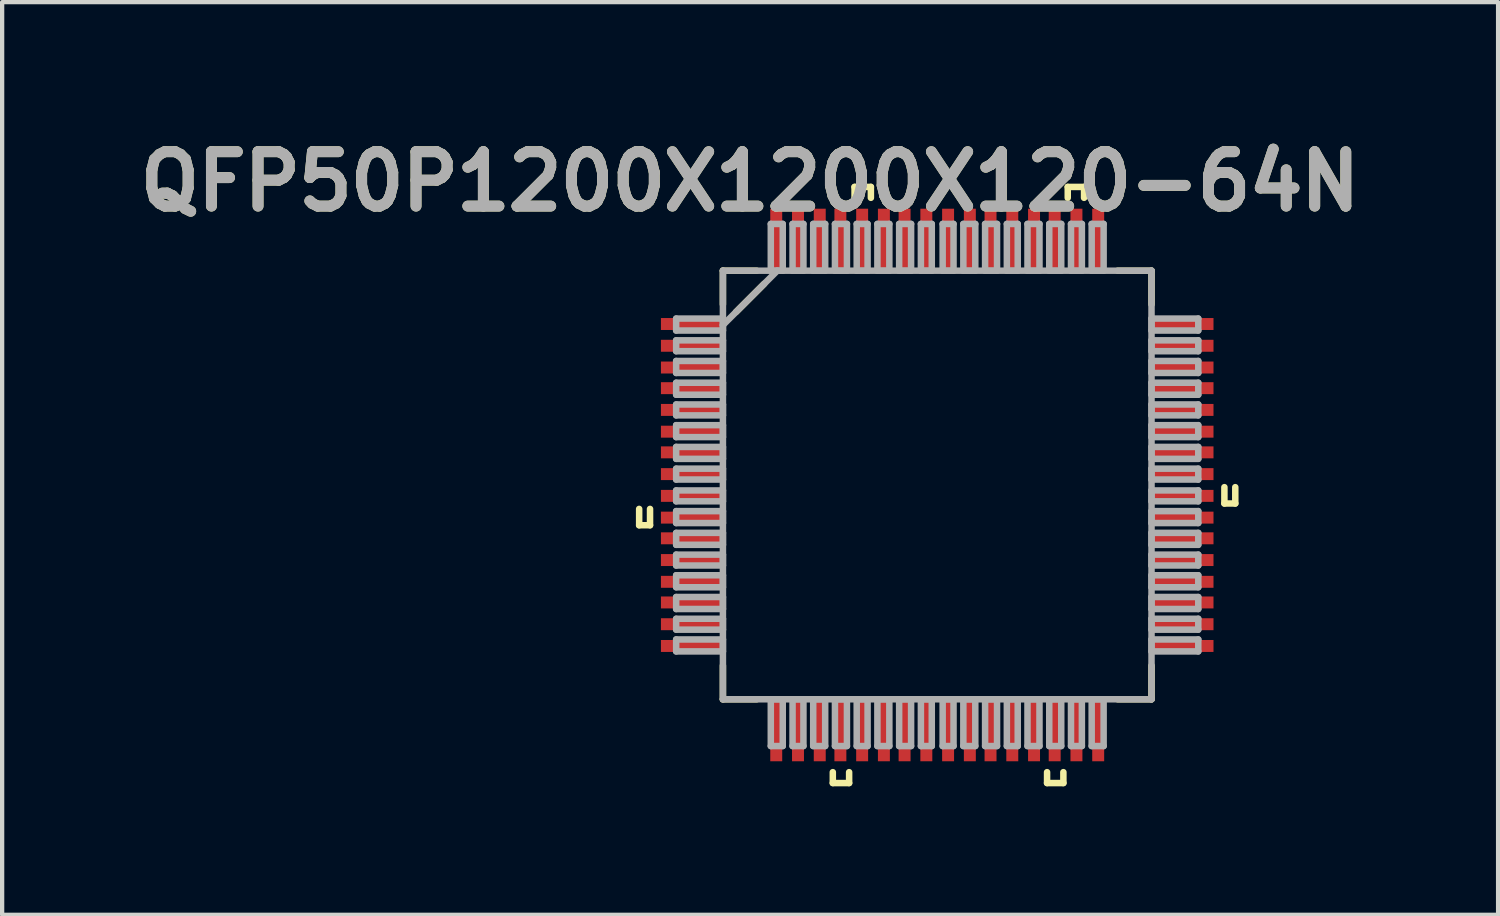
<source format=kicad_pcb>
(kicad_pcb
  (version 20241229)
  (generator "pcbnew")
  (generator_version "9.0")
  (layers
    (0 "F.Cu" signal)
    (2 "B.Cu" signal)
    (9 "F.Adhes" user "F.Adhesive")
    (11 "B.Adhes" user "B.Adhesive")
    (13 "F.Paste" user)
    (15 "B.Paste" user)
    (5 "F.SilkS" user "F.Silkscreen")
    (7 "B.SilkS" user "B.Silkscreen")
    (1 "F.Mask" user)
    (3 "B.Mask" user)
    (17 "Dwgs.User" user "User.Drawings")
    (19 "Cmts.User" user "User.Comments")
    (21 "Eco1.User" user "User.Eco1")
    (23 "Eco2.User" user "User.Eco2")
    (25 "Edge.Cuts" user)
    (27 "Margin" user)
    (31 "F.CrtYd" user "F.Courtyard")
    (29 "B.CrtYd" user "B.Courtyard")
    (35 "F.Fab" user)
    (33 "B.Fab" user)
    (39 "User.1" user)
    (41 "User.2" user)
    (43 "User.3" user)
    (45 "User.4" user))
  (footprint "QFP50P1200X1200X120-64N"
    (layer "F.Cu")
    (at 18.835 8.275)
    (property "Reference" "QFP50P1200X1200X120-64N" (at -4.369 -7.087 0) (layer "F.SilkS") (effects (font (size 1.27 1.27) (thickness 0.254))))
    (attr smd)
    (fp_line (start -6.96 0.559) (end -6.96 0.94) (stroke (width 0.152) (type solid)) (layer "F.SilkS"))
    (fp_line (start -6.96 0.94) (end -6.706 0.94) (stroke (width 0.152) (type solid)) (layer "F.SilkS"))
    (fp_line (start -6.706 0.94) (end -6.706 0.559) (stroke (width 0.152) (type solid)) (layer "F.SilkS"))
    (fp_line (start -5.004 -5.004) (end -5.004 -4.216) (stroke (width 0.152) (type solid)) (layer "F.SilkS"))
    (fp_line (start -5.004 4.216) (end -5.004 5.004) (stroke (width 0.152) (type solid)) (layer "F.SilkS"))
    (fp_line (start -5.004 5.004) (end -4.216 5.004) (stroke (width 0.152) (type solid)) (layer "F.SilkS"))
    (fp_line (start -4.699 -4.039) (end -4.039 -4.699) (stroke (width 0.152) (type solid)) (layer "F.SilkS"))
    (fp_line (start -4.216 -5.004) (end -5.004 -5.004) (stroke (width 0.152) (type solid)) (layer "F.SilkS"))
    (fp_line (start -2.438 6.706) (end -2.438 6.96) (stroke (width 0.152) (type solid)) (layer "F.SilkS"))
    (fp_line (start -2.438 6.96) (end -2.057 6.96) (stroke (width 0.152) (type solid)) (layer "F.SilkS"))
    (fp_line (start -2.057 6.96) (end -2.057 6.706) (stroke (width 0.152) (type solid)) (layer "F.SilkS"))
    (fp_line (start -1.93 -6.96) (end -1.549 -6.96) (stroke (width 0.152) (type solid)) (layer "F.SilkS"))
    (fp_line (start -1.93 -6.706) (end -1.93 -6.96) (stroke (width 0.152) (type solid)) (layer "F.SilkS"))
    (fp_line (start -1.549 -6.96) (end -1.549 -6.706) (stroke (width 0.152) (type solid)) (layer "F.SilkS"))
    (fp_line (start 2.565 6.706) (end 2.565 6.96) (stroke (width 0.152) (type solid)) (layer "F.SilkS"))
    (fp_line (start 2.565 6.96) (end 2.946 6.96) (stroke (width 0.152) (type solid)) (layer "F.SilkS"))
    (fp_line (start 2.946 6.96) (end 2.946 6.706) (stroke (width 0.152) (type solid)) (layer "F.SilkS"))
    (fp_line (start 3.048 -6.96) (end 3.429 -6.96) (stroke (width 0.152) (type solid)) (layer "F.SilkS"))
    (fp_line (start 3.048 -6.706) (end 3.048 -6.96) (stroke (width 0.152) (type solid)) (layer "F.SilkS"))
    (fp_line (start 3.429 -6.96) (end 3.429 -6.706) (stroke (width 0.152) (type solid)) (layer "F.SilkS"))
    (fp_line (start 4.216 5.004) (end 5.004 5.004) (stroke (width 0.152) (type solid)) (layer "F.SilkS"))
    (fp_line (start 5.004 -5.004) (end 4.216 -5.004) (stroke (width 0.152) (type solid)) (layer "F.SilkS"))
    (fp_line (start 5.004 -4.216) (end 5.004 -5.004) (stroke (width 0.152) (type solid)) (layer "F.SilkS"))
    (fp_line (start 5.004 5.004) (end 5.004 4.216) (stroke (width 0.152) (type solid)) (layer "F.SilkS"))
    (fp_line (start 6.706 0.432) (end 6.706 0.051) (stroke (width 0.152) (type solid)) (layer "F.SilkS"))
    (fp_line (start 6.96 0.051) (end 6.96 0.432) (stroke (width 0.152) (type solid)) (layer "F.SilkS"))
    (fp_line (start 6.96 0.432) (end 6.706 0.432) (stroke (width 0.152) (type solid)) (layer "F.SilkS"))
    (fp_line (start -6.096 -3.886) (end -6.096 -3.607) (stroke (width 0.152) (type solid)) (layer "F.Fab"))
    (fp_line (start -6.096 -3.607) (end -5.004 -3.607) (stroke (width 0.152) (type solid)) (layer "F.Fab"))
    (fp_line (start -6.096 -3.378) (end -6.096 -3.124) (stroke (width 0.152) (type solid)) (layer "F.Fab"))
    (fp_line (start -6.096 -3.124) (end -5.004 -3.124) (stroke (width 0.152) (type solid)) (layer "F.Fab"))
    (fp_line (start -6.096 -2.896) (end -6.096 -2.616) (stroke (width 0.152) (type solid)) (layer "F.Fab"))
    (fp_line (start -6.096 -2.616) (end -5.004 -2.616) (stroke (width 0.152) (type solid)) (layer "F.Fab"))
    (fp_line (start -6.096 -2.388) (end -6.096 -2.108) (stroke (width 0.152) (type solid)) (layer "F.Fab"))
    (fp_line (start -6.096 -2.108) (end -5.004 -2.108) (stroke (width 0.152) (type solid)) (layer "F.Fab"))
    (fp_line (start -6.096 -1.88) (end -6.096 -1.626) (stroke (width 0.152) (type solid)) (layer "F.Fab"))
    (fp_line (start -6.096 -1.626) (end -5.004 -1.626) (stroke (width 0.152) (type solid)) (layer "F.Fab"))
    (fp_line (start -6.096 -1.397) (end -6.096 -1.118) (stroke (width 0.152) (type solid)) (layer "F.Fab"))
    (fp_line (start -6.096 -1.118) (end -5.004 -1.118) (stroke (width 0.152) (type solid)) (layer "F.Fab"))
    (fp_line (start -6.096 -0.889) (end -6.096 -0.61) (stroke (width 0.152) (type solid)) (layer "F.Fab"))
    (fp_line (start -6.096 -0.61) (end -5.004 -0.61) (stroke (width 0.152) (type solid)) (layer "F.Fab"))
    (fp_line (start -6.096 -0.381) (end -6.096 -0.127) (stroke (width 0.152) (type solid)) (layer "F.Fab"))
    (fp_line (start -6.096 -0.127) (end -5.004 -0.127) (stroke (width 0.152) (type solid)) (layer "F.Fab"))
    (fp_line (start -6.096 0.127) (end -6.096 0.381) (stroke (width 0.152) (type solid)) (layer "F.Fab"))
    (fp_line (start -6.096 0.381) (end -5.004 0.381) (stroke (width 0.152) (type solid)) (layer "F.Fab"))
    (fp_line (start -6.096 0.61) (end -6.096 0.889) (stroke (width 0.152) (type solid)) (layer "F.Fab"))
    (fp_line (start -6.096 0.889) (end -5.004 0.889) (stroke (width 0.152) (type solid)) (layer "F.Fab"))
    (fp_line (start -6.096 1.118) (end -6.096 1.397) (stroke (width 0.152) (type solid)) (layer "F.Fab"))
    (fp_line (start -6.096 1.397) (end -5.004 1.397) (stroke (width 0.152) (type solid)) (layer "F.Fab"))
    (fp_line (start -6.096 1.626) (end -6.096 1.88) (stroke (width 0.152) (type solid)) (layer "F.Fab"))
    (fp_line (start -6.096 1.88) (end -5.004 1.88) (stroke (width 0.152) (type solid)) (layer "F.Fab"))
    (fp_line (start -6.096 2.108) (end -6.096 2.388) (stroke (width 0.152) (type solid)) (layer "F.Fab"))
    (fp_line (start -6.096 2.388) (end -5.004 2.388) (stroke (width 0.152) (type solid)) (layer "F.Fab"))
    (fp_line (start -6.096 2.616) (end -6.096 2.896) (stroke (width 0.152) (type solid)) (layer "F.Fab"))
    (fp_line (start -6.096 2.896) (end -5.004 2.896) (stroke (width 0.152) (type solid)) (layer "F.Fab"))
    (fp_line (start -6.096 3.124) (end -6.096 3.378) (stroke (width 0.152) (type solid)) (layer "F.Fab"))
    (fp_line (start -6.096 3.378) (end -5.004 3.378) (stroke (width 0.152) (type solid)) (layer "F.Fab"))
    (fp_line (start -6.096 3.607) (end -6.096 3.886) (stroke (width 0.152) (type solid)) (layer "F.Fab"))
    (fp_line (start -6.096 3.886) (end -5.004 3.886) (stroke (width 0.152) (type solid)) (layer "F.Fab"))
    (fp_line (start -5.004 -5.004) (end -5.004 5.004) (stroke (width 0.152) (type solid)) (layer "F.Fab"))
    (fp_line (start -5.004 -3.886) (end -6.096 -3.886) (stroke (width 0.152) (type solid)) (layer "F.Fab"))
    (fp_line (start -5.004 -3.734) (end -5.004 -3.886) (stroke (width 0.152) (type solid)) (layer "F.Fab"))
    (fp_line (start -5.004 -3.734) (end -3.734 -5.004) (stroke (width 0.152) (type solid)) (layer "F.Fab"))
    (fp_line (start -5.004 -3.607) (end -5.004 -3.734) (stroke (width 0.152) (type solid)) (layer "F.Fab"))
    (fp_line (start -5.004 -3.378) (end -6.096 -3.378) (stroke (width 0.152) (type solid)) (layer "F.Fab"))
    (fp_line (start -5.004 -3.124) (end -5.004 -3.378) (stroke (width 0.152) (type solid)) (layer "F.Fab"))
    (fp_line (start -5.004 -2.896) (end -6.096 -2.896) (stroke (width 0.152) (type solid)) (layer "F.Fab"))
    (fp_line (start -5.004 -2.616) (end -5.004 -2.896) (stroke (width 0.152) (type solid)) (layer "F.Fab"))
    (fp_line (start -5.004 -2.388) (end -6.096 -2.388) (stroke (width 0.152) (type solid)) (layer "F.Fab"))
    (fp_line (start -5.004 -2.108) (end -5.004 -2.388) (stroke (width 0.152) (type solid)) (layer "F.Fab"))
    (fp_line (start -5.004 -1.88) (end -6.096 -1.88) (stroke (width 0.152) (type solid)) (layer "F.Fab"))
    (fp_line (start -5.004 -1.626) (end -5.004 -1.88) (stroke (width 0.152) (type solid)) (layer "F.Fab"))
    (fp_line (start -5.004 -1.397) (end -6.096 -1.397) (stroke (width 0.152) (type solid)) (layer "F.Fab"))
    (fp_line (start -5.004 -1.118) (end -5.004 -1.397) (stroke (width 0.152) (type solid)) (layer "F.Fab"))
    (fp_line (start -5.004 -0.889) (end -6.096 -0.889) (stroke (width 0.152) (type solid)) (layer "F.Fab"))
    (fp_line (start -5.004 -0.61) (end -5.004 -0.889) (stroke (width 0.152) (type solid)) (layer "F.Fab"))
    (fp_line (start -5.004 -0.381) (end -6.096 -0.381) (stroke (width 0.152) (type solid)) (layer "F.Fab"))
    (fp_line (start -5.004 -0.127) (end -5.004 -0.381) (stroke (width 0.152) (type solid)) (layer "F.Fab"))
    (fp_line (start -5.004 0.127) (end -6.096 0.127) (stroke (width 0.152) (type solid)) (layer "F.Fab"))
    (fp_line (start -5.004 0.381) (end -5.004 0.127) (stroke (width 0.152) (type solid)) (layer "F.Fab"))
    (fp_line (start -5.004 0.61) (end -6.096 0.61) (stroke (width 0.152) (type solid)) (layer "F.Fab"))
    (fp_line (start -5.004 0.889) (end -5.004 0.61) (stroke (width 0.152) (type solid)) (layer "F.Fab"))
    (fp_line (start -5.004 1.118) (end -6.096 1.118) (stroke (width 0.152) (type solid)) (layer "F.Fab"))
    (fp_line (start -5.004 1.397) (end -5.004 1.118) (stroke (width 0.152) (type solid)) (layer "F.Fab"))
    (fp_line (start -5.004 1.626) (end -6.096 1.626) (stroke (width 0.152) (type solid)) (layer "F.Fab"))
    (fp_line (start -5.004 1.88) (end -5.004 1.626) (stroke (width 0.152) (type solid)) (layer "F.Fab"))
    (fp_line (start -5.004 2.108) (end -6.096 2.108) (stroke (width 0.152) (type solid)) (layer "F.Fab"))
    (fp_line (start -5.004 2.388) (end -5.004 2.108) (stroke (width 0.152) (type solid)) (layer "F.Fab"))
    (fp_line (start -5.004 2.616) (end -6.096 2.616) (stroke (width 0.152) (type solid)) (layer "F.Fab"))
    (fp_line (start -5.004 2.896) (end -5.004 2.616) (stroke (width 0.152) (type solid)) (layer "F.Fab"))
    (fp_line (start -5.004 3.124) (end -6.096 3.124) (stroke (width 0.152) (type solid)) (layer "F.Fab"))
    (fp_line (start -5.004 3.378) (end -5.004 3.124) (stroke (width 0.152) (type solid)) (layer "F.Fab"))
    (fp_line (start -5.004 3.607) (end -6.096 3.607) (stroke (width 0.152) (type solid)) (layer "F.Fab"))
    (fp_line (start -5.004 3.886) (end -5.004 3.607) (stroke (width 0.152) (type solid)) (layer "F.Fab"))
    (fp_line (start -5.004 5.004) (end 5.004 5.004) (stroke (width 0.152) (type solid)) (layer "F.Fab"))
    (fp_line (start -3.886 -6.096) (end -3.886 -5.004) (stroke (width 0.152) (type solid)) (layer "F.Fab"))
    (fp_line (start -3.886 -5.004) (end -3.734 -5.004) (stroke (width 0.152) (type solid)) (layer "F.Fab"))
    (fp_line (start -3.886 5.004) (end -3.886 6.096) (stroke (width 0.152) (type solid)) (layer "F.Fab"))
    (fp_line (start -3.886 6.096) (end -3.607 6.096) (stroke (width 0.152) (type solid)) (layer "F.Fab"))
    (fp_line (start -3.734 -5.004) (end -3.607 -5.004) (stroke (width 0.152) (type solid)) (layer "F.Fab"))
    (fp_line (start -3.607 -6.096) (end -3.886 -6.096) (stroke (width 0.152) (type solid)) (layer "F.Fab"))
    (fp_line (start -3.607 -5.004) (end -3.607 -6.096) (stroke (width 0.152) (type solid)) (layer "F.Fab"))
    (fp_line (start -3.607 5.004) (end -3.886 5.004) (stroke (width 0.152) (type solid)) (layer "F.Fab"))
    (fp_line (start -3.607 6.096) (end -3.607 5.004) (stroke (width 0.152) (type solid)) (layer "F.Fab"))
    (fp_line (start -3.378 -6.096) (end -3.378 -5.004) (stroke (width 0.152) (type solid)) (layer "F.Fab"))
    (fp_line (start -3.378 -5.004) (end -3.124 -5.004) (stroke (width 0.152) (type solid)) (layer "F.Fab"))
    (fp_line (start -3.378 5.004) (end -3.378 6.096) (stroke (width 0.152) (type solid)) (layer "F.Fab"))
    (fp_line (start -3.378 6.096) (end -3.124 6.096) (stroke (width 0.152) (type solid)) (layer "F.Fab"))
    (fp_line (start -3.124 -6.096) (end -3.378 -6.096) (stroke (width 0.152) (type solid)) (layer "F.Fab"))
    (fp_line (start -3.124 -5.004) (end -3.124 -6.096) (stroke (width 0.152) (type solid)) (layer "F.Fab"))
    (fp_line (start -3.124 5.004) (end -3.378 5.004) (stroke (width 0.152) (type solid)) (layer "F.Fab"))
    (fp_line (start -3.124 6.096) (end -3.124 5.004) (stroke (width 0.152) (type solid)) (layer "F.Fab"))
    (fp_line (start -2.896 -6.096) (end -2.896 -5.004) (stroke (width 0.152) (type solid)) (layer "F.Fab"))
    (fp_line (start -2.896 -5.004) (end -2.616 -5.004) (stroke (width 0.152) (type solid)) (layer "F.Fab"))
    (fp_line (start -2.896 5.004) (end -2.896 6.096) (stroke (width 0.152) (type solid)) (layer "F.Fab"))
    (fp_line (start -2.896 6.096) (end -2.616 6.096) (stroke (width 0.152) (type solid)) (layer "F.Fab"))
    (fp_line (start -2.616 -6.096) (end -2.896 -6.096) (stroke (width 0.152) (type solid)) (layer "F.Fab"))
    (fp_line (start -2.616 -5.004) (end -2.616 -6.096) (stroke (width 0.152) (type solid)) (layer "F.Fab"))
    (fp_line (start -2.616 5.004) (end -2.896 5.004) (stroke (width 0.152) (type solid)) (layer "F.Fab"))
    (fp_line (start -2.616 6.096) (end -2.616 5.004) (stroke (width 0.152) (type solid)) (layer "F.Fab"))
    (fp_line (start -2.388 -6.096) (end -2.388 -5.004) (stroke (width 0.152) (type solid)) (layer "F.Fab"))
    (fp_line (start -2.388 -5.004) (end -2.108 -5.004) (stroke (width 0.152) (type solid)) (layer "F.Fab"))
    (fp_line (start -2.388 5.004) (end -2.388 6.096) (stroke (width 0.152) (type solid)) (layer "F.Fab"))
    (fp_line (start -2.388 6.096) (end -2.108 6.096) (stroke (width 0.152) (type solid)) (layer "F.Fab"))
    (fp_line (start -2.108 -6.096) (end -2.388 -6.096) (stroke (width 0.152) (type solid)) (layer "F.Fab"))
    (fp_line (start -2.108 -5.004) (end -2.108 -6.096) (stroke (width 0.152) (type solid)) (layer "F.Fab"))
    (fp_line (start -2.108 5.004) (end -2.388 5.004) (stroke (width 0.152) (type solid)) (layer "F.Fab"))
    (fp_line (start -2.108 6.096) (end -2.108 5.004) (stroke (width 0.152) (type solid)) (layer "F.Fab"))
    (fp_line (start -1.88 -6.096) (end -1.88 -5.004) (stroke (width 0.152) (type solid)) (layer "F.Fab"))
    (fp_line (start -1.88 -5.004) (end -1.626 -5.004) (stroke (width 0.152) (type solid)) (layer "F.Fab"))
    (fp_line (start -1.88 5.004) (end -1.88 6.096) (stroke (width 0.152) (type solid)) (layer "F.Fab"))
    (fp_line (start -1.88 6.096) (end -1.626 6.096) (stroke (width 0.152) (type solid)) (layer "F.Fab"))
    (fp_line (start -1.626 -6.096) (end -1.88 -6.096) (stroke (width 0.152) (type solid)) (layer "F.Fab"))
    (fp_line (start -1.626 -5.004) (end -1.626 -6.096) (stroke (width 0.152) (type solid)) (layer "F.Fab"))
    (fp_line (start -1.626 5.004) (end -1.88 5.004) (stroke (width 0.152) (type solid)) (layer "F.Fab"))
    (fp_line (start -1.626 6.096) (end -1.626 5.004) (stroke (width 0.152) (type solid)) (layer "F.Fab"))
    (fp_line (start -1.397 -6.096) (end -1.397 -5.004) (stroke (width 0.152) (type solid)) (layer "F.Fab"))
    (fp_line (start -1.397 -5.004) (end -1.118 -5.004) (stroke (width 0.152) (type solid)) (layer "F.Fab"))
    (fp_line (start -1.397 5.004) (end -1.397 6.096) (stroke (width 0.152) (type solid)) (layer "F.Fab"))
    (fp_line (start -1.397 6.096) (end -1.118 6.096) (stroke (width 0.152) (type solid)) (layer "F.Fab"))
    (fp_line (start -1.118 -6.096) (end -1.397 -6.096) (stroke (width 0.152) (type solid)) (layer "F.Fab"))
    (fp_line (start -1.118 -5.004) (end -1.118 -6.096) (stroke (width 0.152) (type solid)) (layer "F.Fab"))
    (fp_line (start -1.118 5.004) (end -1.397 5.004) (stroke (width 0.152) (type solid)) (layer "F.Fab"))
    (fp_line (start -1.118 6.096) (end -1.118 5.004) (stroke (width 0.152) (type solid)) (layer "F.Fab"))
    (fp_line (start -0.889 -6.096) (end -0.889 -5.004) (stroke (width 0.152) (type solid)) (layer "F.Fab"))
    (fp_line (start -0.889 -5.004) (end -0.61 -5.004) (stroke (width 0.152) (type solid)) (layer "F.Fab"))
    (fp_line (start -0.889 5.004) (end -0.889 6.096) (stroke (width 0.152) (type solid)) (layer "F.Fab"))
    (fp_line (start -0.889 6.096) (end -0.61 6.096) (stroke (width 0.152) (type solid)) (layer "F.Fab"))
    (fp_line (start -0.61 -6.096) (end -0.889 -6.096) (stroke (width 0.152) (type solid)) (layer "F.Fab"))
    (fp_line (start -0.61 -5.004) (end -0.61 -6.096) (stroke (width 0.152) (type solid)) (layer "F.Fab"))
    (fp_line (start -0.61 5.004) (end -0.889 5.004) (stroke (width 0.152) (type solid)) (layer "F.Fab"))
    (fp_line (start -0.61 6.096) (end -0.61 5.004) (stroke (width 0.152) (type solid)) (layer "F.Fab"))
    (fp_line (start -0.381 -6.096) (end -0.381 -5.004) (stroke (width 0.152) (type solid)) (layer "F.Fab"))
    (fp_line (start -0.381 -5.004) (end -0.127 -5.004) (stroke (width 0.152) (type solid)) (layer "F.Fab"))
    (fp_line (start -0.381 5.004) (end -0.381 6.096) (stroke (width 0.152) (type solid)) (layer "F.Fab"))
    (fp_line (start -0.381 6.096) (end -0.127 6.096) (stroke (width 0.152) (type solid)) (layer "F.Fab"))
    (fp_line (start -0.127 -6.096) (end -0.381 -6.096) (stroke (width 0.152) (type solid)) (layer "F.Fab"))
    (fp_line (start -0.127 -5.004) (end -0.127 -6.096) (stroke (width 0.152) (type solid)) (layer "F.Fab"))
    (fp_line (start -0.127 5.004) (end -0.381 5.004) (stroke (width 0.152) (type solid)) (layer "F.Fab"))
    (fp_line (start -0.127 6.096) (end -0.127 5.004) (stroke (width 0.152) (type solid)) (layer "F.Fab"))
    (fp_line (start 0.127 -6.096) (end 0.127 -5.004) (stroke (width 0.152) (type solid)) (layer "F.Fab"))
    (fp_line (start 0.127 -5.004) (end 0.381 -5.004) (stroke (width 0.152) (type solid)) (layer "F.Fab"))
    (fp_line (start 0.127 5.004) (end 0.127 6.096) (stroke (width 0.152) (type solid)) (layer "F.Fab"))
    (fp_line (start 0.127 6.096) (end 0.381 6.096) (stroke (width 0.152) (type solid)) (layer "F.Fab"))
    (fp_line (start 0.381 -6.096) (end 0.127 -6.096) (stroke (width 0.152) (type solid)) (layer "F.Fab"))
    (fp_line (start 0.381 -5.004) (end 0.381 -6.096) (stroke (width 0.152) (type solid)) (layer "F.Fab"))
    (fp_line (start 0.381 5.004) (end 0.127 5.004) (stroke (width 0.152) (type solid)) (layer "F.Fab"))
    (fp_line (start 0.381 6.096) (end 0.381 5.004) (stroke (width 0.152) (type solid)) (layer "F.Fab"))
    (fp_line (start 0.61 -6.096) (end 0.61 -5.004) (stroke (width 0.152) (type solid)) (layer "F.Fab"))
    (fp_line (start 0.61 -5.004) (end 0.889 -5.004) (stroke (width 0.152) (type solid)) (layer "F.Fab"))
    (fp_line (start 0.61 5.004) (end 0.61 6.096) (stroke (width 0.152) (type solid)) (layer "F.Fab"))
    (fp_line (start 0.61 6.096) (end 0.889 6.096) (stroke (width 0.152) (type solid)) (layer "F.Fab"))
    (fp_line (start 0.889 -6.096) (end 0.61 -6.096) (stroke (width 0.152) (type solid)) (layer "F.Fab"))
    (fp_line (start 0.889 -5.004) (end 0.889 -6.096) (stroke (width 0.152) (type solid)) (layer "F.Fab"))
    (fp_line (start 0.889 5.004) (end 0.61 5.004) (stroke (width 0.152) (type solid)) (layer "F.Fab"))
    (fp_line (start 0.889 6.096) (end 0.889 5.004) (stroke (width 0.152) (type solid)) (layer "F.Fab"))
    (fp_line (start 1.118 -6.096) (end 1.118 -5.004) (stroke (width 0.152) (type solid)) (layer "F.Fab"))
    (fp_line (start 1.118 -5.004) (end 1.397 -5.004) (stroke (width 0.152) (type solid)) (layer "F.Fab"))
    (fp_line (start 1.118 5.004) (end 1.118 6.096) (stroke (width 0.152) (type solid)) (layer "F.Fab"))
    (fp_line (start 1.118 6.096) (end 1.397 6.096) (stroke (width 0.152) (type solid)) (layer "F.Fab"))
    (fp_line (start 1.397 -6.096) (end 1.118 -6.096) (stroke (width 0.152) (type solid)) (layer "F.Fab"))
    (fp_line (start 1.397 -5.004) (end 1.397 -6.096) (stroke (width 0.152) (type solid)) (layer "F.Fab"))
    (fp_line (start 1.397 5.004) (end 1.118 5.004) (stroke (width 0.152) (type solid)) (layer "F.Fab"))
    (fp_line (start 1.397 6.096) (end 1.397 5.004) (stroke (width 0.152) (type solid)) (layer "F.Fab"))
    (fp_line (start 1.626 -6.096) (end 1.626 -5.004) (stroke (width 0.152) (type solid)) (layer "F.Fab"))
    (fp_line (start 1.626 -5.004) (end 1.88 -5.004) (stroke (width 0.152) (type solid)) (layer "F.Fab"))
    (fp_line (start 1.626 5.004) (end 1.626 6.096) (stroke (width 0.152) (type solid)) (layer "F.Fab"))
    (fp_line (start 1.626 6.096) (end 1.88 6.096) (stroke (width 0.152) (type solid)) (layer "F.Fab"))
    (fp_line (start 1.88 -6.096) (end 1.626 -6.096) (stroke (width 0.152) (type solid)) (layer "F.Fab"))
    (fp_line (start 1.88 -5.004) (end 1.88 -6.096) (stroke (width 0.152) (type solid)) (layer "F.Fab"))
    (fp_line (start 1.88 5.004) (end 1.626 5.004) (stroke (width 0.152) (type solid)) (layer "F.Fab"))
    (fp_line (start 1.88 6.096) (end 1.88 5.004) (stroke (width 0.152) (type solid)) (layer "F.Fab"))
    (fp_line (start 2.108 -6.096) (end 2.108 -5.004) (stroke (width 0.152) (type solid)) (layer "F.Fab"))
    (fp_line (start 2.108 -5.004) (end 2.388 -5.004) (stroke (width 0.152) (type solid)) (layer "F.Fab"))
    (fp_line (start 2.108 5.004) (end 2.108 6.096) (stroke (width 0.152) (type solid)) (layer "F.Fab"))
    (fp_line (start 2.108 6.096) (end 2.388 6.096) (stroke (width 0.152) (type solid)) (layer "F.Fab"))
    (fp_line (start 2.388 -6.096) (end 2.108 -6.096) (stroke (width 0.152) (type solid)) (layer "F.Fab"))
    (fp_line (start 2.388 -5.004) (end 2.388 -6.096) (stroke (width 0.152) (type solid)) (layer "F.Fab"))
    (fp_line (start 2.388 5.004) (end 2.108 5.004) (stroke (width 0.152) (type solid)) (layer "F.Fab"))
    (fp_line (start 2.388 6.096) (end 2.388 5.004) (stroke (width 0.152) (type solid)) (layer "F.Fab"))
    (fp_line (start 2.616 -6.096) (end 2.616 -5.004) (stroke (width 0.152) (type solid)) (layer "F.Fab"))
    (fp_line (start 2.616 -5.004) (end 2.896 -5.004) (stroke (width 0.152) (type solid)) (layer "F.Fab"))
    (fp_line (start 2.616 5.004) (end 2.616 6.096) (stroke (width 0.152) (type solid)) (layer "F.Fab"))
    (fp_line (start 2.616 6.096) (end 2.896 6.096) (stroke (width 0.152) (type solid)) (layer "F.Fab"))
    (fp_line (start 2.896 -6.096) (end 2.616 -6.096) (stroke (width 0.152) (type solid)) (layer "F.Fab"))
    (fp_line (start 2.896 -5.004) (end 2.896 -6.096) (stroke (width 0.152) (type solid)) (layer "F.Fab"))
    (fp_line (start 2.896 5.004) (end 2.616 5.004) (stroke (width 0.152) (type solid)) (layer "F.Fab"))
    (fp_line (start 2.896 6.096) (end 2.896 5.004) (stroke (width 0.152) (type solid)) (layer "F.Fab"))
    (fp_line (start 3.124 -6.096) (end 3.124 -5.004) (stroke (width 0.152) (type solid)) (layer "F.Fab"))
    (fp_line (start 3.124 -5.004) (end 3.378 -5.004) (stroke (width 0.152) (type solid)) (layer "F.Fab"))
    (fp_line (start 3.124 5.004) (end 3.124 6.096) (stroke (width 0.152) (type solid)) (layer "F.Fab"))
    (fp_line (start 3.124 6.096) (end 3.378 6.096) (stroke (width 0.152) (type solid)) (layer "F.Fab"))
    (fp_line (start 3.378 -6.096) (end 3.124 -6.096) (stroke (width 0.152) (type solid)) (layer "F.Fab"))
    (fp_line (start 3.378 -5.004) (end 3.378 -6.096) (stroke (width 0.152) (type solid)) (layer "F.Fab"))
    (fp_line (start 3.378 5.004) (end 3.124 5.004) (stroke (width 0.152) (type solid)) (layer "F.Fab"))
    (fp_line (start 3.378 6.096) (end 3.378 5.004) (stroke (width 0.152) (type solid)) (layer "F.Fab"))
    (fp_line (start 3.607 -6.096) (end 3.607 -5.004) (stroke (width 0.152) (type solid)) (layer "F.Fab"))
    (fp_line (start 3.607 -5.004) (end 3.886 -5.004) (stroke (width 0.152) (type solid)) (layer "F.Fab"))
    (fp_line (start 3.607 5.004) (end 3.607 6.096) (stroke (width 0.152) (type solid)) (layer "F.Fab"))
    (fp_line (start 3.607 6.096) (end 3.886 6.096) (stroke (width 0.152) (type solid)) (layer "F.Fab"))
    (fp_line (start 3.886 -6.096) (end 3.607 -6.096) (stroke (width 0.152) (type solid)) (layer "F.Fab"))
    (fp_line (start 3.886 -5.004) (end 3.886 -6.096) (stroke (width 0.152) (type solid)) (layer "F.Fab"))
    (fp_line (start 3.886 5.004) (end 3.607 5.004) (stroke (width 0.152) (type solid)) (layer "F.Fab"))
    (fp_line (start 3.886 6.096) (end 3.886 5.004) (stroke (width 0.152) (type solid)) (layer "F.Fab"))
    (fp_line (start 5.004 -5.004) (end -5.004 -5.004) (stroke (width 0.152) (type solid)) (layer "F.Fab"))
    (fp_line (start 5.004 -3.886) (end 5.004 -3.607) (stroke (width 0.152) (type solid)) (layer "F.Fab"))
    (fp_line (start 5.004 -3.607) (end 6.096 -3.607) (stroke (width 0.152) (type solid)) (layer "F.Fab"))
    (fp_line (start 5.004 -3.378) (end 5.004 -3.124) (stroke (width 0.152) (type solid)) (layer "F.Fab"))
    (fp_line (start 5.004 -3.124) (end 6.096 -3.124) (stroke (width 0.152) (type solid)) (layer "F.Fab"))
    (fp_line (start 5.004 -2.896) (end 5.004 -2.616) (stroke (width 0.152) (type solid)) (layer "F.Fab"))
    (fp_line (start 5.004 -2.616) (end 6.096 -2.616) (stroke (width 0.152) (type solid)) (layer "F.Fab"))
    (fp_line (start 5.004 -2.388) (end 5.004 -2.108) (stroke (width 0.152) (type solid)) (layer "F.Fab"))
    (fp_line (start 5.004 -2.108) (end 6.096 -2.108) (stroke (width 0.152) (type solid)) (layer "F.Fab"))
    (fp_line (start 5.004 -1.88) (end 5.004 -1.626) (stroke (width 0.152) (type solid)) (layer "F.Fab"))
    (fp_line (start 5.004 -1.626) (end 6.096 -1.626) (stroke (width 0.152) (type solid)) (layer "F.Fab"))
    (fp_line (start 5.004 -1.397) (end 5.004 -1.118) (stroke (width 0.152) (type solid)) (layer "F.Fab"))
    (fp_line (start 5.004 -1.118) (end 6.096 -1.118) (stroke (width 0.152) (type solid)) (layer "F.Fab"))
    (fp_line (start 5.004 -0.889) (end 5.004 -0.61) (stroke (width 0.152) (type solid)) (layer "F.Fab"))
    (fp_line (start 5.004 -0.61) (end 6.096 -0.61) (stroke (width 0.152) (type solid)) (layer "F.Fab"))
    (fp_line (start 5.004 -0.381) (end 5.004 -0.127) (stroke (width 0.152) (type solid)) (layer "F.Fab"))
    (fp_line (start 5.004 -0.127) (end 6.096 -0.127) (stroke (width 0.152) (type solid)) (layer "F.Fab"))
    (fp_line (start 5.004 0.127) (end 5.004 0.381) (stroke (width 0.152) (type solid)) (layer "F.Fab"))
    (fp_line (start 5.004 0.381) (end 6.096 0.381) (stroke (width 0.152) (type solid)) (layer "F.Fab"))
    (fp_line (start 5.004 0.61) (end 5.004 0.889) (stroke (width 0.152) (type solid)) (layer "F.Fab"))
    (fp_line (start 5.004 0.889) (end 6.096 0.889) (stroke (width 0.152) (type solid)) (layer "F.Fab"))
    (fp_line (start 5.004 1.118) (end 5.004 1.397) (stroke (width 0.152) (type solid)) (layer "F.Fab"))
    (fp_line (start 5.004 1.397) (end 6.096 1.397) (stroke (width 0.152) (type solid)) (layer "F.Fab"))
    (fp_line (start 5.004 1.626) (end 5.004 1.88) (stroke (width 0.152) (type solid)) (layer "F.Fab"))
    (fp_line (start 5.004 1.88) (end 6.096 1.88) (stroke (width 0.152) (type solid)) (layer "F.Fab"))
    (fp_line (start 5.004 2.108) (end 5.004 2.388) (stroke (width 0.152) (type solid)) (layer "F.Fab"))
    (fp_line (start 5.004 2.388) (end 6.096 2.388) (stroke (width 0.152) (type solid)) (layer "F.Fab"))
    (fp_line (start 5.004 2.616) (end 5.004 2.896) (stroke (width 0.152) (type solid)) (layer "F.Fab"))
    (fp_line (start 5.004 2.896) (end 6.096 2.896) (stroke (width 0.152) (type solid)) (layer "F.Fab"))
    (fp_line (start 5.004 3.124) (end 5.004 3.378) (stroke (width 0.152) (type solid)) (layer "F.Fab"))
    (fp_line (start 5.004 3.378) (end 6.096 3.378) (stroke (width 0.152) (type solid)) (layer "F.Fab"))
    (fp_line (start 5.004 3.607) (end 5.004 3.886) (stroke (width 0.152) (type solid)) (layer "F.Fab"))
    (fp_line (start 5.004 3.886) (end 6.096 3.886) (stroke (width 0.152) (type solid)) (layer "F.Fab"))
    (fp_line (start 5.004 5.004) (end 5.004 -5.004) (stroke (width 0.152) (type solid)) (layer "F.Fab"))
    (fp_line (start 6.096 -3.886) (end 5.004 -3.886) (stroke (width 0.152) (type solid)) (layer "F.Fab"))
    (fp_line (start 6.096 -3.607) (end 6.096 -3.886) (stroke (width 0.152) (type solid)) (layer "F.Fab"))
    (fp_line (start 6.096 -3.378) (end 5.004 -3.378) (stroke (width 0.152) (type solid)) (layer "F.Fab"))
    (fp_line (start 6.096 -3.124) (end 6.096 -3.378) (stroke (width 0.152) (type solid)) (layer "F.Fab"))
    (fp_line (start 6.096 -2.896) (end 5.004 -2.896) (stroke (width 0.152) (type solid)) (layer "F.Fab"))
    (fp_line (start 6.096 -2.616) (end 6.096 -2.896) (stroke (width 0.152) (type solid)) (layer "F.Fab"))
    (fp_line (start 6.096 -2.388) (end 5.004 -2.388) (stroke (width 0.152) (type solid)) (layer "F.Fab"))
    (fp_line (start 6.096 -2.108) (end 6.096 -2.388) (stroke (width 0.152) (type solid)) (layer "F.Fab"))
    (fp_line (start 6.096 -1.88) (end 5.004 -1.88) (stroke (width 0.152) (type solid)) (layer "F.Fab"))
    (fp_line (start 6.096 -1.626) (end 6.096 -1.88) (stroke (width 0.152) (type solid)) (layer "F.Fab"))
    (fp_line (start 6.096 -1.397) (end 5.004 -1.397) (stroke (width 0.152) (type solid)) (layer "F.Fab"))
    (fp_line (start 6.096 -1.118) (end 6.096 -1.397) (stroke (width 0.152) (type solid)) (layer "F.Fab"))
    (fp_line (start 6.096 -0.889) (end 5.004 -0.889) (stroke (width 0.152) (type solid)) (layer "F.Fab"))
    (fp_line (start 6.096 -0.61) (end 6.096 -0.889) (stroke (width 0.152) (type solid)) (layer "F.Fab"))
    (fp_line (start 6.096 -0.381) (end 5.004 -0.381) (stroke (width 0.152) (type solid)) (layer "F.Fab"))
    (fp_line (start 6.096 -0.127) (end 6.096 -0.381) (stroke (width 0.152) (type solid)) (layer "F.Fab"))
    (fp_line (start 6.096 0.127) (end 5.004 0.127) (stroke (width 0.152) (type solid)) (layer "F.Fab"))
    (fp_line (start 6.096 0.381) (end 6.096 0.127) (stroke (width 0.152) (type solid)) (layer "F.Fab"))
    (fp_line (start 6.096 0.61) (end 5.004 0.61) (stroke (width 0.152) (type solid)) (layer "F.Fab"))
    (fp_line (start 6.096 0.889) (end 6.096 0.61) (stroke (width 0.152) (type solid)) (layer "F.Fab"))
    (fp_line (start 6.096 1.118) (end 5.004 1.118) (stroke (width 0.152) (type solid)) (layer "F.Fab"))
    (fp_line (start 6.096 1.397) (end 6.096 1.118) (stroke (width 0.152) (type solid)) (layer "F.Fab"))
    (fp_line (start 6.096 1.626) (end 5.004 1.626) (stroke (width 0.152) (type solid)) (layer "F.Fab"))
    (fp_line (start 6.096 1.88) (end 6.096 1.626) (stroke (width 0.152) (type solid)) (layer "F.Fab"))
    (fp_line (start 6.096 2.108) (end 5.004 2.108) (stroke (width 0.152) (type solid)) (layer "F.Fab"))
    (fp_line (start 6.096 2.388) (end 6.096 2.108) (stroke (width 0.152) (type solid)) (layer "F.Fab"))
    (fp_line (start 6.096 2.616) (end 5.004 2.616) (stroke (width 0.152) (type solid)) (layer "F.Fab"))
    (fp_line (start 6.096 2.896) (end 6.096 2.616) (stroke (width 0.152) (type solid)) (layer "F.Fab"))
    (fp_line (start 6.096 3.124) (end 5.004 3.124) (stroke (width 0.152) (type solid)) (layer "F.Fab"))
    (fp_line (start 6.096 3.378) (end 6.096 3.124) (stroke (width 0.152) (type solid)) (layer "F.Fab"))
    (fp_line (start 6.096 3.607) (end 5.004 3.607) (stroke (width 0.152) (type solid)) (layer "F.Fab"))
    (fp_line (start 6.096 3.886) (end 6.096 3.607) (stroke (width 0.152) (type solid)) (layer "F.Fab"))
    (fp_text user "${REFERENCE}" (at -4.369 -7.087 0) (layer "F.Fab") (effects (font (size 1.27 1.27) (thickness 0.254))))
    (pad "1" smd rect (at -5.715 -3.759 90) (size 0.279 1.473) (layers "F.Cu" "F.Mask" "F.Paste"))
    (pad "2" smd rect (at -5.715 -3.251 90) (size 0.279 1.473) (layers "F.Cu" "F.Mask" "F.Paste"))
    (pad "3" smd rect (at -5.715 -2.743 90) (size 0.279 1.473) (layers "F.Cu" "F.Mask" "F.Paste"))
    (pad "4" smd rect (at -5.715 -2.261 90) (size 0.279 1.473) (layers "F.Cu" "F.Mask" "F.Paste"))
    (pad "5" smd rect (at -5.715 -1.753 90) (size 0.279 1.473) (layers "F.Cu" "F.Mask" "F.Paste"))
    (pad "6" smd rect (at -5.715 -1.245 90) (size 0.279 1.473) (layers "F.Cu" "F.Mask" "F.Paste"))
    (pad "7" smd rect (at -5.715 -0.762 90) (size 0.279 1.473) (layers "F.Cu" "F.Mask" "F.Paste"))
    (pad "8" smd rect (at -5.715 -0.254 90) (size 0.279 1.473) (layers "F.Cu" "F.Mask" "F.Paste"))
    (pad "9" smd rect (at -5.715 0.254 90) (size 0.279 1.473) (layers "F.Cu" "F.Mask" "F.Paste"))
    (pad "10" smd rect (at -5.715 0.762 90) (size 0.279 1.473) (layers "F.Cu" "F.Mask" "F.Paste"))
    (pad "11" smd rect (at -5.715 1.245 90) (size 0.279 1.473) (layers "F.Cu" "F.Mask" "F.Paste"))
    (pad "12" smd rect (at -5.715 1.753 90) (size 0.279 1.473) (layers "F.Cu" "F.Mask" "F.Paste"))
    (pad "13" smd rect (at -5.715 2.261 90) (size 0.279 1.473) (layers "F.Cu" "F.Mask" "F.Paste"))
    (pad "14" smd rect (at -5.715 2.743 90) (size 0.279 1.473) (layers "F.Cu" "F.Mask" "F.Paste"))
    (pad "15" smd rect (at -5.715 3.251 90) (size 0.279 1.473) (layers "F.Cu" "F.Mask" "F.Paste"))
    (pad "16" smd rect (at -5.715 3.759 90) (size 0.279 1.473) (layers "F.Cu" "F.Mask" "F.Paste"))
    (pad "17" smd rect (at -3.759 5.715) (size 0.279 1.473) (layers "F.Cu" "F.Mask" "F.Paste"))
    (pad "18" smd rect (at -3.251 5.715) (size 0.279 1.473) (layers "F.Cu" "F.Mask" "F.Paste"))
    (pad "19" smd rect (at -2.743 5.715) (size 0.279 1.473) (layers "F.Cu" "F.Mask" "F.Paste"))
    (pad "20" smd rect (at -2.261 5.715) (size 0.279 1.473) (layers "F.Cu" "F.Mask" "F.Paste"))
    (pad "21" smd rect (at -1.753 5.715) (size 0.279 1.473) (layers "F.Cu" "F.Mask" "F.Paste"))
    (pad "22" smd rect (at -1.245 5.715) (size 0.279 1.473) (layers "F.Cu" "F.Mask" "F.Paste"))
    (pad "23" smd rect (at -0.762 5.715) (size 0.279 1.473) (layers "F.Cu" "F.Mask" "F.Paste"))
    (pad "24" smd rect (at -0.254 5.715) (size 0.279 1.473) (layers "F.Cu" "F.Mask" "F.Paste"))
    (pad "25" smd rect (at 0.254 5.715) (size 0.279 1.473) (layers "F.Cu" "F.Mask" "F.Paste"))
    (pad "26" smd rect (at 0.762 5.715) (size 0.279 1.473) (layers "F.Cu" "F.Mask" "F.Paste"))
    (pad "27" smd rect (at 1.245 5.715) (size 0.279 1.473) (layers "F.Cu" "F.Mask" "F.Paste"))
    (pad "28" smd rect (at 1.753 5.715) (size 0.279 1.473) (layers "F.Cu" "F.Mask" "F.Paste"))
    (pad "29" smd rect (at 2.261 5.715) (size 0.279 1.473) (layers "F.Cu" "F.Mask" "F.Paste"))
    (pad "30" smd rect (at 2.743 5.715) (size 0.279 1.473) (layers "F.Cu" "F.Mask" "F.Paste"))
    (pad "31" smd rect (at 3.251 5.715) (size 0.279 1.473) (layers "F.Cu" "F.Mask" "F.Paste"))
    (pad "32" smd rect (at 3.759 5.715) (size 0.279 1.473) (layers "F.Cu" "F.Mask" "F.Paste"))
    (pad "33" smd rect (at 5.715 3.759 90) (size 0.279 1.473) (layers "F.Cu" "F.Mask" "F.Paste"))
    (pad "34" smd rect (at 5.715 3.251 90) (size 0.279 1.473) (layers "F.Cu" "F.Mask" "F.Paste"))
    (pad "35" smd rect (at 5.715 2.743 90) (size 0.279 1.473) (layers "F.Cu" "F.Mask" "F.Paste"))
    (pad "36" smd rect (at 5.715 2.261 90) (size 0.279 1.473) (layers "F.Cu" "F.Mask" "F.Paste"))
    (pad "37" smd rect (at 5.715 1.753 90) (size 0.279 1.473) (layers "F.Cu" "F.Mask" "F.Paste"))
    (pad "38" smd rect (at 5.715 1.245 90) (size 0.279 1.473) (layers "F.Cu" "F.Mask" "F.Paste"))
    (pad "39" smd rect (at 5.715 0.762 90) (size 0.279 1.473) (layers "F.Cu" "F.Mask" "F.Paste"))
    (pad "40" smd rect (at 5.715 0.254 90) (size 0.279 1.473) (layers "F.Cu" "F.Mask" "F.Paste"))
    (pad "41" smd rect (at 5.715 -0.254 90) (size 0.279 1.473) (layers "F.Cu" "F.Mask" "F.Paste"))
    (pad "42" smd rect (at 5.715 -0.762 90) (size 0.279 1.473) (layers "F.Cu" "F.Mask" "F.Paste"))
    (pad "43" smd rect (at 5.715 -1.245 90) (size 0.279 1.473) (layers "F.Cu" "F.Mask" "F.Paste"))
    (pad "44" smd rect (at 5.715 -1.753 90) (size 0.279 1.473) (layers "F.Cu" "F.Mask" "F.Paste"))
    (pad "45" smd rect (at 5.715 -2.261 90) (size 0.279 1.473) (layers "F.Cu" "F.Mask" "F.Paste"))
    (pad "46" smd rect (at 5.715 -2.743 90) (size 0.279 1.473) (layers "F.Cu" "F.Mask" "F.Paste"))
    (pad "47" smd rect (at 5.715 -3.251 90) (size 0.279 1.473) (layers "F.Cu" "F.Mask" "F.Paste"))
    (pad "48" smd rect (at 5.715 -3.759 90) (size 0.279 1.473) (layers "F.Cu" "F.Mask" "F.Paste"))
    (pad "49" smd rect (at 3.759 -5.715) (size 0.279 1.473) (layers "F.Cu" "F.Mask" "F.Paste"))
    (pad "50" smd rect (at 3.251 -5.715) (size 0.279 1.473) (layers "F.Cu" "F.Mask" "F.Paste"))
    (pad "51" smd rect (at 2.743 -5.715) (size 0.279 1.473) (layers "F.Cu" "F.Mask" "F.Paste"))
    (pad "52" smd rect (at 2.261 -5.715) (size 0.279 1.473) (layers "F.Cu" "F.Mask" "F.Paste"))
    (pad "53" smd rect (at 1.753 -5.715) (size 0.279 1.473) (layers "F.Cu" "F.Mask" "F.Paste"))
    (pad "54" smd rect (at 1.245 -5.715) (size 0.279 1.473) (layers "F.Cu" "F.Mask" "F.Paste"))
    (pad "55" smd rect (at 0.762 -5.715) (size 0.279 1.473) (layers "F.Cu" "F.Mask" "F.Paste"))
    (pad "56" smd rect (at 0.254 -5.715) (size 0.279 1.473) (layers "F.Cu" "F.Mask" "F.Paste"))
    (pad "57" smd rect (at -0.254 -5.715) (size 0.279 1.473) (layers "F.Cu" "F.Mask" "F.Paste"))
    (pad "58" smd rect (at -0.762 -5.715) (size 0.279 1.473) (layers "F.Cu" "F.Mask" "F.Paste"))
    (pad "59" smd rect (at -1.245 -5.715) (size 0.279 1.473) (layers "F.Cu" "F.Mask" "F.Paste"))
    (pad "60" smd rect (at -1.753 -5.715) (size 0.279 1.473) (layers "F.Cu" "F.Mask" "F.Paste"))
    (pad "61" smd rect (at -2.261 -5.715) (size 0.279 1.473) (layers "F.Cu" "F.Mask" "F.Paste"))
    (pad "62" smd rect (at -2.743 -5.715) (size 0.279 1.473) (layers "F.Cu" "F.Mask" "F.Paste"))
    (pad "63" smd rect (at -3.251 -5.715) (size 0.279 1.473) (layers "F.Cu" "F.Mask" "F.Paste"))
    (pad "64" smd rect (at -3.759 -5.715) (size 0.279 1.473) (layers "F.Cu" "F.Mask" "F.Paste")))
  (gr_rect
    (start -3 -3)
    (end 31.932 18.311)
    (stroke (width 0.1) (type default))
    (fill no)
    (layer "Edge.Cuts")))
</source>
